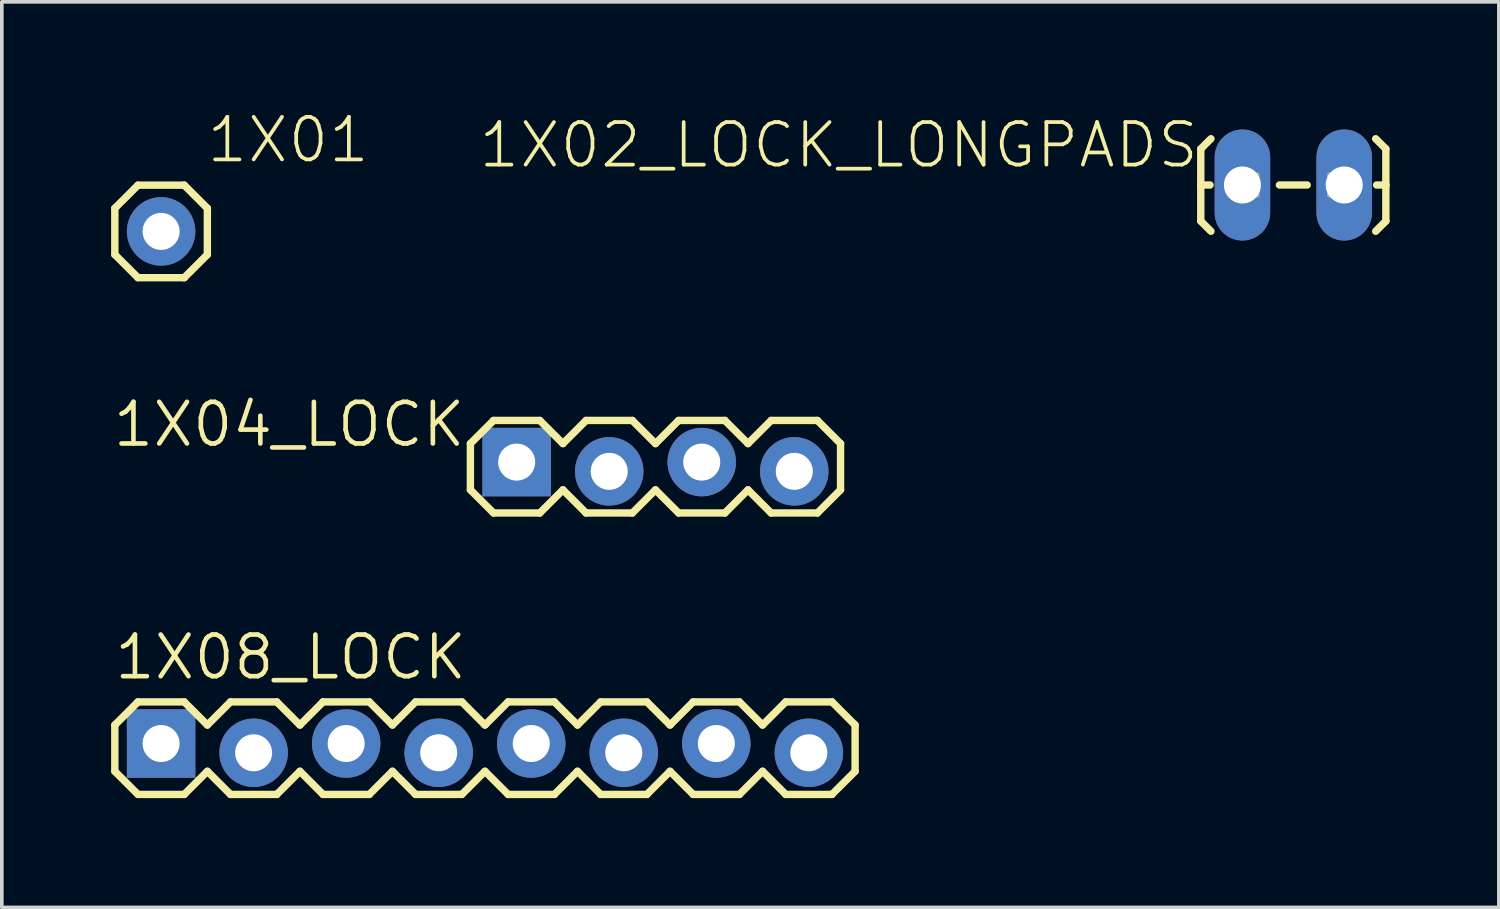
<source format=kicad_pcb>
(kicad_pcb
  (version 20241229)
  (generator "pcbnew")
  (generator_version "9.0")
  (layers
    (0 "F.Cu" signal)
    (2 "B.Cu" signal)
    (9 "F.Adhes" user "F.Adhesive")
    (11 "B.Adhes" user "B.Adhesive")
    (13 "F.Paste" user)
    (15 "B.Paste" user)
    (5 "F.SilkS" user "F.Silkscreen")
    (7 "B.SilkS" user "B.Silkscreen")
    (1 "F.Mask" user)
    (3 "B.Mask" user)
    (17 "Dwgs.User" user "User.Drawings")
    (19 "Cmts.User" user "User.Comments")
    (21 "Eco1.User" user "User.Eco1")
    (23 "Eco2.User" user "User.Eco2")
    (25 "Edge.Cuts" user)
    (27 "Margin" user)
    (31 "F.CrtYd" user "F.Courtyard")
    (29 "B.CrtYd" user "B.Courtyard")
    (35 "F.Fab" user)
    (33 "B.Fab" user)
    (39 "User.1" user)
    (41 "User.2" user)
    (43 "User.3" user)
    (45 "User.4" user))
  (footprint "1X08_LOCK"
    (layer "F.Cu")
    (at 1.372 17.486)
    (property "Reference" "1X08_LOCK" (at -1.346 -1.829 0) (layer "F.SilkS") (effects (font (size 1.143 1.143) (thickness 0.127)) (justify left bottom)))
    (attr through_hole)
    (fp_line (start -1.27 -0.635) (end -1.27 0.635) (stroke (width 0.203) (type solid)) (layer "F.SilkS"))
    (fp_line (start -1.27 0.635) (end -0.635 1.27) (stroke (width 0.203) (type solid)) (layer "F.SilkS"))
    (fp_line (start -0.635 -1.27) (end -1.27 -0.635) (stroke (width 0.203) (type solid)) (layer "F.SilkS"))
    (fp_line (start -0.635 -1.27) (end 0.635 -1.27) (stroke (width 0.203) (type solid)) (layer "F.SilkS"))
    (fp_line (start 0.635 -1.27) (end 1.27 -0.635) (stroke (width 0.203) (type solid)) (layer "F.SilkS"))
    (fp_line (start 0.635 1.27) (end -0.635 1.27) (stroke (width 0.203) (type solid)) (layer "F.SilkS"))
    (fp_line (start 1.27 -0.635) (end 1.905 -1.27) (stroke (width 0.203) (type solid)) (layer "F.SilkS"))
    (fp_line (start 1.27 0.635) (end 0.635 1.27) (stroke (width 0.203) (type solid)) (layer "F.SilkS"))
    (fp_line (start 1.905 -1.27) (end 3.175 -1.27) (stroke (width 0.203) (type solid)) (layer "F.SilkS"))
    (fp_line (start 1.905 1.27) (end 1.27 0.635) (stroke (width 0.203) (type solid)) (layer "F.SilkS"))
    (fp_line (start 3.175 -1.27) (end 3.81 -0.635) (stroke (width 0.203) (type solid)) (layer "F.SilkS"))
    (fp_line (start 3.175 1.27) (end 1.905 1.27) (stroke (width 0.203) (type solid)) (layer "F.SilkS"))
    (fp_line (start 3.81 -0.635) (end 4.445 -1.27) (stroke (width 0.203) (type solid)) (layer "F.SilkS"))
    (fp_line (start 3.81 0.635) (end 3.175 1.27) (stroke (width 0.203) (type solid)) (layer "F.SilkS"))
    (fp_line (start 4.445 -1.27) (end 5.715 -1.27) (stroke (width 0.203) (type solid)) (layer "F.SilkS"))
    (fp_line (start 4.445 1.27) (end 3.81 0.635) (stroke (width 0.203) (type solid)) (layer "F.SilkS"))
    (fp_line (start 5.715 -1.27) (end 6.35 -0.635) (stroke (width 0.203) (type solid)) (layer "F.SilkS"))
    (fp_line (start 5.715 1.27) (end 4.445 1.27) (stroke (width 0.203) (type solid)) (layer "F.SilkS"))
    (fp_line (start 6.35 0.635) (end 5.715 1.27) (stroke (width 0.203) (type solid)) (layer "F.SilkS"))
    (fp_line (start 6.35 0.635) (end 6.985 1.27) (stroke (width 0.203) (type solid)) (layer "F.SilkS"))
    (fp_line (start 6.985 -1.27) (end 6.35 -0.635) (stroke (width 0.203) (type solid)) (layer "F.SilkS"))
    (fp_line (start 6.985 -1.27) (end 8.255 -1.27) (stroke (width 0.203) (type solid)) (layer "F.SilkS"))
    (fp_line (start 8.255 -1.27) (end 8.89 -0.635) (stroke (width 0.203) (type solid)) (layer "F.SilkS"))
    (fp_line (start 8.255 1.27) (end 6.985 1.27) (stroke (width 0.203) (type solid)) (layer "F.SilkS"))
    (fp_line (start 8.89 -0.635) (end 9.525 -1.27) (stroke (width 0.203) (type solid)) (layer "F.SilkS"))
    (fp_line (start 8.89 0.635) (end 8.255 1.27) (stroke (width 0.203) (type solid)) (layer "F.SilkS"))
    (fp_line (start 9.525 -1.27) (end 10.795 -1.27) (stroke (width 0.203) (type solid)) (layer "F.SilkS"))
    (fp_line (start 9.525 1.27) (end 8.89 0.635) (stroke (width 0.203) (type solid)) (layer "F.SilkS"))
    (fp_line (start 10.795 -1.27) (end 11.43 -0.635) (stroke (width 0.203) (type solid)) (layer "F.SilkS"))
    (fp_line (start 10.795 1.27) (end 9.525 1.27) (stroke (width 0.203) (type solid)) (layer "F.SilkS"))
    (fp_line (start 11.43 -0.635) (end 12.065 -1.27) (stroke (width 0.203) (type solid)) (layer "F.SilkS"))
    (fp_line (start 11.43 0.635) (end 10.795 1.27) (stroke (width 0.203) (type solid)) (layer "F.SilkS"))
    (fp_line (start 12.065 -1.27) (end 13.335 -1.27) (stroke (width 0.203) (type solid)) (layer "F.SilkS"))
    (fp_line (start 12.065 1.27) (end 11.43 0.635) (stroke (width 0.203) (type solid)) (layer "F.SilkS"))
    (fp_line (start 13.335 -1.27) (end 13.97 -0.635) (stroke (width 0.203) (type solid)) (layer "F.SilkS"))
    (fp_line (start 13.335 1.27) (end 12.065 1.27) (stroke (width 0.203) (type solid)) (layer "F.SilkS"))
    (fp_line (start 13.97 0.635) (end 13.335 1.27) (stroke (width 0.203) (type solid)) (layer "F.SilkS"))
    (fp_line (start 13.97 0.635) (end 14.605 1.27) (stroke (width 0.203) (type solid)) (layer "F.SilkS"))
    (fp_line (start 14.605 -1.27) (end 13.97 -0.635) (stroke (width 0.203) (type solid)) (layer "F.SilkS"))
    (fp_line (start 14.605 -1.27) (end 15.875 -1.27) (stroke (width 0.203) (type solid)) (layer "F.SilkS"))
    (fp_line (start 15.875 -1.27) (end 16.51 -0.635) (stroke (width 0.203) (type solid)) (layer "F.SilkS"))
    (fp_line (start 15.875 1.27) (end 14.605 1.27) (stroke (width 0.203) (type solid)) (layer "F.SilkS"))
    (fp_line (start 16.51 0.635) (end 15.875 1.27) (stroke (width 0.203) (type solid)) (layer "F.SilkS"))
    (fp_line (start 16.51 0.635) (end 17.145 1.27) (stroke (width 0.203) (type solid)) (layer "F.SilkS"))
    (fp_line (start 17.145 -1.27) (end 16.51 -0.635) (stroke (width 0.203) (type solid)) (layer "F.SilkS"))
    (fp_line (start 17.145 -1.27) (end 18.415 -1.27) (stroke (width 0.203) (type solid)) (layer "F.SilkS"))
    (fp_line (start 18.415 -1.27) (end 19.05 -0.635) (stroke (width 0.203) (type solid)) (layer "F.SilkS"))
    (fp_line (start 18.415 1.27) (end 17.145 1.27) (stroke (width 0.203) (type solid)) (layer "F.SilkS"))
    (fp_line (start 19.05 -0.635) (end 19.05 0.635) (stroke (width 0.203) (type solid)) (layer "F.SilkS"))
    (fp_line (start 19.05 0.635) (end 18.415 1.27) (stroke (width 0.203) (type solid)) (layer "F.SilkS"))
    (fp_poly (pts (xy -0.254 0.254) (xy 0.254 0.254) (xy 0.254 -0.254) (xy -0.254 -0.254)) (stroke (width 0.1) (type solid)) (fill no) (layer "F.Fab"))
    (fp_poly (pts (xy 2.286 0.254) (xy 2.794 0.254) (xy 2.794 -0.254) (xy 2.286 -0.254)) (stroke (width 0.1) (type solid)) (fill no) (layer "F.Fab"))
    (fp_poly (pts (xy 4.826 0.254) (xy 5.334 0.254) (xy 5.334 -0.254) (xy 4.826 -0.254)) (stroke (width 0.1) (type solid)) (fill no) (layer "F.Fab"))
    (fp_poly (pts (xy 7.366 0.254) (xy 7.874 0.254) (xy 7.874 -0.254) (xy 7.366 -0.254)) (stroke (width 0.1) (type solid)) (fill no) (layer "F.Fab"))
    (fp_poly (pts (xy 9.906 0.254) (xy 10.414 0.254) (xy 10.414 -0.254) (xy 9.906 -0.254)) (stroke (width 0.1) (type solid)) (fill no) (layer "F.Fab"))
    (fp_poly (pts (xy 12.446 0.254) (xy 12.954 0.254) (xy 12.954 -0.254) (xy 12.446 -0.254)) (stroke (width 0.1) (type solid)) (fill no) (layer "F.Fab"))
    (fp_poly (pts (xy 14.986 0.254) (xy 15.494 0.254) (xy 15.494 -0.254) (xy 14.986 -0.254)) (stroke (width 0.1) (type solid)) (fill no) (layer "F.Fab"))
    (fp_poly (pts (xy 17.526 0.254) (xy 18.034 0.254) (xy 18.034 -0.254) (xy 17.526 -0.254)) (stroke (width 0.1) (type solid)) (fill no) (layer "F.Fab"))
    (pad "1" thru_hole rect (at 0 -0.127 90) (size 1.88 1.88) (drill 1.016) (layers "*.Cu" "*.Mask"))
    (pad "2" thru_hole circle (at 2.54 0.127 90) (size 1.88 1.88) (drill 1.016) (layers "*.Cu" "*.Mask"))
    (pad "3" thru_hole circle (at 5.08 -0.127 90) (size 1.88 1.88) (drill 1.016) (layers "*.Cu" "*.Mask"))
    (pad "4" thru_hole circle (at 7.62 0.127 90) (size 1.88 1.88) (drill 1.016) (layers "*.Cu" "*.Mask"))
    (pad "5" thru_hole circle (at 10.16 -0.127 90) (size 1.88 1.88) (drill 1.016) (layers "*.Cu" "*.Mask"))
    (pad "6" thru_hole circle (at 12.7 0.127 90) (size 1.88 1.88) (drill 1.016) (layers "*.Cu" "*.Mask"))
    (pad "7" thru_hole circle (at 15.24 -0.127 90) (size 1.88 1.88) (drill 1.016) (layers "*.Cu" "*.Mask"))
    (pad "8" thru_hole circle (at 17.78 0.127 90) (size 1.88 1.88) (drill 1.016) (layers "*.Cu" "*.Mask")))
  (footprint "1X01"
    (layer "F.Cu")
    (at 1.372 3.302)
    (property "Reference" "1X01" (at 1.194 -1.829 0) (layer "F.SilkS") (effects (font (size 1.168 1.168) (thickness 0.102)) (justify left bottom)))
    (attr through_hole)
    (fp_line (start -1.27 -0.635) (end -1.27 0.635) (stroke (width 0.203) (type solid)) (layer "F.SilkS"))
    (fp_line (start -1.27 0.635) (end -0.635 1.27) (stroke (width 0.203) (type solid)) (layer "F.SilkS"))
    (fp_line (start -0.635 -1.27) (end -1.27 -0.635) (stroke (width 0.203) (type solid)) (layer "F.SilkS"))
    (fp_line (start -0.635 1.27) (end 0.635 1.27) (stroke (width 0.203) (type solid)) (layer "F.SilkS"))
    (fp_line (start 0.635 -1.27) (end -0.635 -1.27) (stroke (width 0.203) (type solid)) (layer "F.SilkS"))
    (fp_line (start 0.635 1.27) (end 1.27 0.635) (stroke (width 0.203) (type solid)) (layer "F.SilkS"))
    (fp_line (start 1.27 -0.635) (end 0.635 -1.27) (stroke (width 0.203) (type solid)) (layer "F.SilkS"))
    (fp_line (start 1.27 0.635) (end 1.27 -0.635) (stroke (width 0.203) (type solid)) (layer "F.SilkS"))
    (fp_poly (pts (xy -0.254 0.254) (xy 0.254 0.254) (xy 0.254 -0.254) (xy -0.254 -0.254)) (stroke (width 0.1) (type solid)) (fill no) (layer "F.Fab"))
    (pad "1" thru_hole circle (at 0 0 90) (size 1.88 1.88) (drill 1.016) (layers "*.Cu" "*.Mask")))
  (footprint "1X04_LOCK"
    (layer "F.Cu")
    (at 11.132 9.761)
    (property "Reference" "1X04_LOCK" (at -1.346 -1.829 0) (layer "F.SilkS") (effects (font (size 1.143 1.143) (thickness 0.127)) (justify right top)))
    (attr through_hole)
    (fp_line (start -1.27 -0.635) (end -1.27 0.635) (stroke (width 0.203) (type solid)) (layer "F.SilkS"))
    (fp_line (start -1.27 0.635) (end -0.635 1.27) (stroke (width 0.203) (type solid)) (layer "F.SilkS"))
    (fp_line (start -0.635 -1.27) (end -1.27 -0.635) (stroke (width 0.203) (type solid)) (layer "F.SilkS"))
    (fp_line (start -0.635 -1.27) (end 0.635 -1.27) (stroke (width 0.203) (type solid)) (layer "F.SilkS"))
    (fp_line (start 0.635 -1.27) (end 1.27 -0.635) (stroke (width 0.203) (type solid)) (layer "F.SilkS"))
    (fp_line (start 0.635 1.27) (end -0.635 1.27) (stroke (width 0.203) (type solid)) (layer "F.SilkS"))
    (fp_line (start 1.27 -0.635) (end 1.905 -1.27) (stroke (width 0.203) (type solid)) (layer "F.SilkS"))
    (fp_line (start 1.27 0.635) (end 0.635 1.27) (stroke (width 0.203) (type solid)) (layer "F.SilkS"))
    (fp_line (start 1.905 -1.27) (end 3.175 -1.27) (stroke (width 0.203) (type solid)) (layer "F.SilkS"))
    (fp_line (start 1.905 1.27) (end 1.27 0.635) (stroke (width 0.203) (type solid)) (layer "F.SilkS"))
    (fp_line (start 3.175 -1.27) (end 3.81 -0.635) (stroke (width 0.203) (type solid)) (layer "F.SilkS"))
    (fp_line (start 3.175 1.27) (end 1.905 1.27) (stroke (width 0.203) (type solid)) (layer "F.SilkS"))
    (fp_line (start 3.81 -0.635) (end 4.445 -1.27) (stroke (width 0.203) (type solid)) (layer "F.SilkS"))
    (fp_line (start 3.81 0.635) (end 3.175 1.27) (stroke (width 0.203) (type solid)) (layer "F.SilkS"))
    (fp_line (start 4.445 -1.27) (end 5.715 -1.27) (stroke (width 0.203) (type solid)) (layer "F.SilkS"))
    (fp_line (start 4.445 1.27) (end 3.81 0.635) (stroke (width 0.203) (type solid)) (layer "F.SilkS"))
    (fp_line (start 5.715 -1.27) (end 6.35 -0.635) (stroke (width 0.203) (type solid)) (layer "F.SilkS"))
    (fp_line (start 5.715 1.27) (end 4.445 1.27) (stroke (width 0.203) (type solid)) (layer "F.SilkS"))
    (fp_line (start 6.35 0.635) (end 5.715 1.27) (stroke (width 0.203) (type solid)) (layer "F.SilkS"))
    (fp_line (start 6.35 0.635) (end 6.985 1.27) (stroke (width 0.203) (type solid)) (layer "F.SilkS"))
    (fp_line (start 6.985 -1.27) (end 6.35 -0.635) (stroke (width 0.203) (type solid)) (layer "F.SilkS"))
    (fp_line (start 6.985 -1.27) (end 8.255 -1.27) (stroke (width 0.203) (type solid)) (layer "F.SilkS"))
    (fp_line (start 8.255 -1.27) (end 8.89 -0.635) (stroke (width 0.203) (type solid)) (layer "F.SilkS"))
    (fp_line (start 8.255 1.27) (end 6.985 1.27) (stroke (width 0.203) (type solid)) (layer "F.SilkS"))
    (fp_line (start 8.89 -0.635) (end 8.89 0.635) (stroke (width 0.203) (type solid)) (layer "F.SilkS"))
    (fp_line (start 8.89 0.635) (end 8.255 1.27) (stroke (width 0.203) (type solid)) (layer "F.SilkS"))
    (fp_poly (pts (xy -0.254 0.254) (xy 0.254 0.254) (xy 0.254 -0.254) (xy -0.254 -0.254)) (stroke (width 0.1) (type solid)) (fill no) (layer "F.Fab"))
    (fp_poly (pts (xy 2.286 0.254) (xy 2.794 0.254) (xy 2.794 -0.254) (xy 2.286 -0.254)) (stroke (width 0.1) (type solid)) (fill no) (layer "F.Fab"))
    (fp_poly (pts (xy 4.826 0.254) (xy 5.334 0.254) (xy 5.334 -0.254) (xy 4.826 -0.254)) (stroke (width 0.1) (type solid)) (fill no) (layer "F.Fab"))
    (fp_poly (pts (xy 7.366 0.254) (xy 7.874 0.254) (xy 7.874 -0.254) (xy 7.366 -0.254)) (stroke (width 0.1) (type solid)) (fill no) (layer "F.Fab"))
    (pad "1" thru_hole rect (at 0 -0.127 90) (size 1.88 1.88) (drill 1.016) (layers "*.Cu" "*.Mask"))
    (pad "2" thru_hole circle (at 2.54 0.127 90) (size 1.88 1.88) (drill 1.016) (layers "*.Cu" "*.Mask"))
    (pad "3" thru_hole circle (at 5.08 -0.127 90) (size 1.88 1.88) (drill 1.016) (layers "*.Cu" "*.Mask"))
    (pad "4" thru_hole circle (at 7.62 0.127 90) (size 1.88 1.88) (drill 1.016) (layers "*.Cu" "*.Mask")))
  (footprint "1X02_LOCK_LONGPADS"
    (layer "F.Cu")
    (at 31.18 2.028)
    (property "Reference" "1X02_LOCK_LONGPADS" (at -1.27 -1.778 0) (layer "F.SilkS") (effects (font (size 1.168 1.168) (thickness 0.102)) (justify right top)))
    (attr through_hole)
    (fp_line (start -1.27 -0.991) (end -0.991 -1.27) (stroke (width 0.203) (type solid)) (layer "F.SilkS"))
    (fp_line (start -1.27 0) (end -1.27 -0.991) (stroke (width 0.203) (type solid)) (layer "F.SilkS"))
    (fp_line (start -1.27 0) (end -1.27 0.991) (stroke (width 0.203) (type solid)) (layer "F.SilkS"))
    (fp_line (start -1.27 0) (end -1.016 0) (stroke (width 0.203) (type solid)) (layer "F.SilkS"))
    (fp_line (start -1.27 0.991) (end -0.991 1.27) (stroke (width 0.203) (type solid)) (layer "F.SilkS"))
    (fp_line (start 1.651 0) (end 0.889 0) (stroke (width 0.203) (type solid)) (layer "F.SilkS"))
    (fp_line (start 3.81 -0.991) (end 3.531 -1.27) (stroke (width 0.203) (type solid)) (layer "F.SilkS"))
    (fp_line (start 3.81 0) (end 3.556 0) (stroke (width 0.203) (type solid)) (layer "F.SilkS"))
    (fp_line (start 3.81 0) (end 3.81 -0.991) (stroke (width 0.203) (type solid)) (layer "F.SilkS"))
    (fp_line (start 3.81 0) (end 3.81 0.991) (stroke (width 0.203) (type solid)) (layer "F.SilkS"))
    (fp_line (start 3.81 0.991) (end 3.531 1.27) (stroke (width 0.203) (type solid)) (layer "F.SilkS"))
    (fp_poly (pts (xy -0.292 0.292) (xy 0.292 0.292) (xy 0.292 -0.292) (xy -0.292 -0.292)) (stroke (width 0.1) (type solid)) (fill no) (layer "F.Fab"))
    (fp_poly (pts (xy 2.248 0.292) (xy 2.832 0.292) (xy 2.832 -0.292) (xy 2.248 -0.292)) (stroke (width 0.1) (type solid)) (fill no) (layer "F.Fab"))
    (pad "1" thru_hole oval (at -0.127 0 90) (size 3.048 1.524) (drill 1.016) (layers "*.Cu" "*.Mask"))
    (pad "2" thru_hole oval (at 2.667 0 90) (size 3.048 1.524) (drill 1.016) (layers "*.Cu" "*.Mask")))
  (gr_rect
    (start -3 -3)
    (end 38.092 21.857)
    (stroke (width 0.1) (type default))
    (fill no)
    (layer "Edge.Cuts")))
</source>
